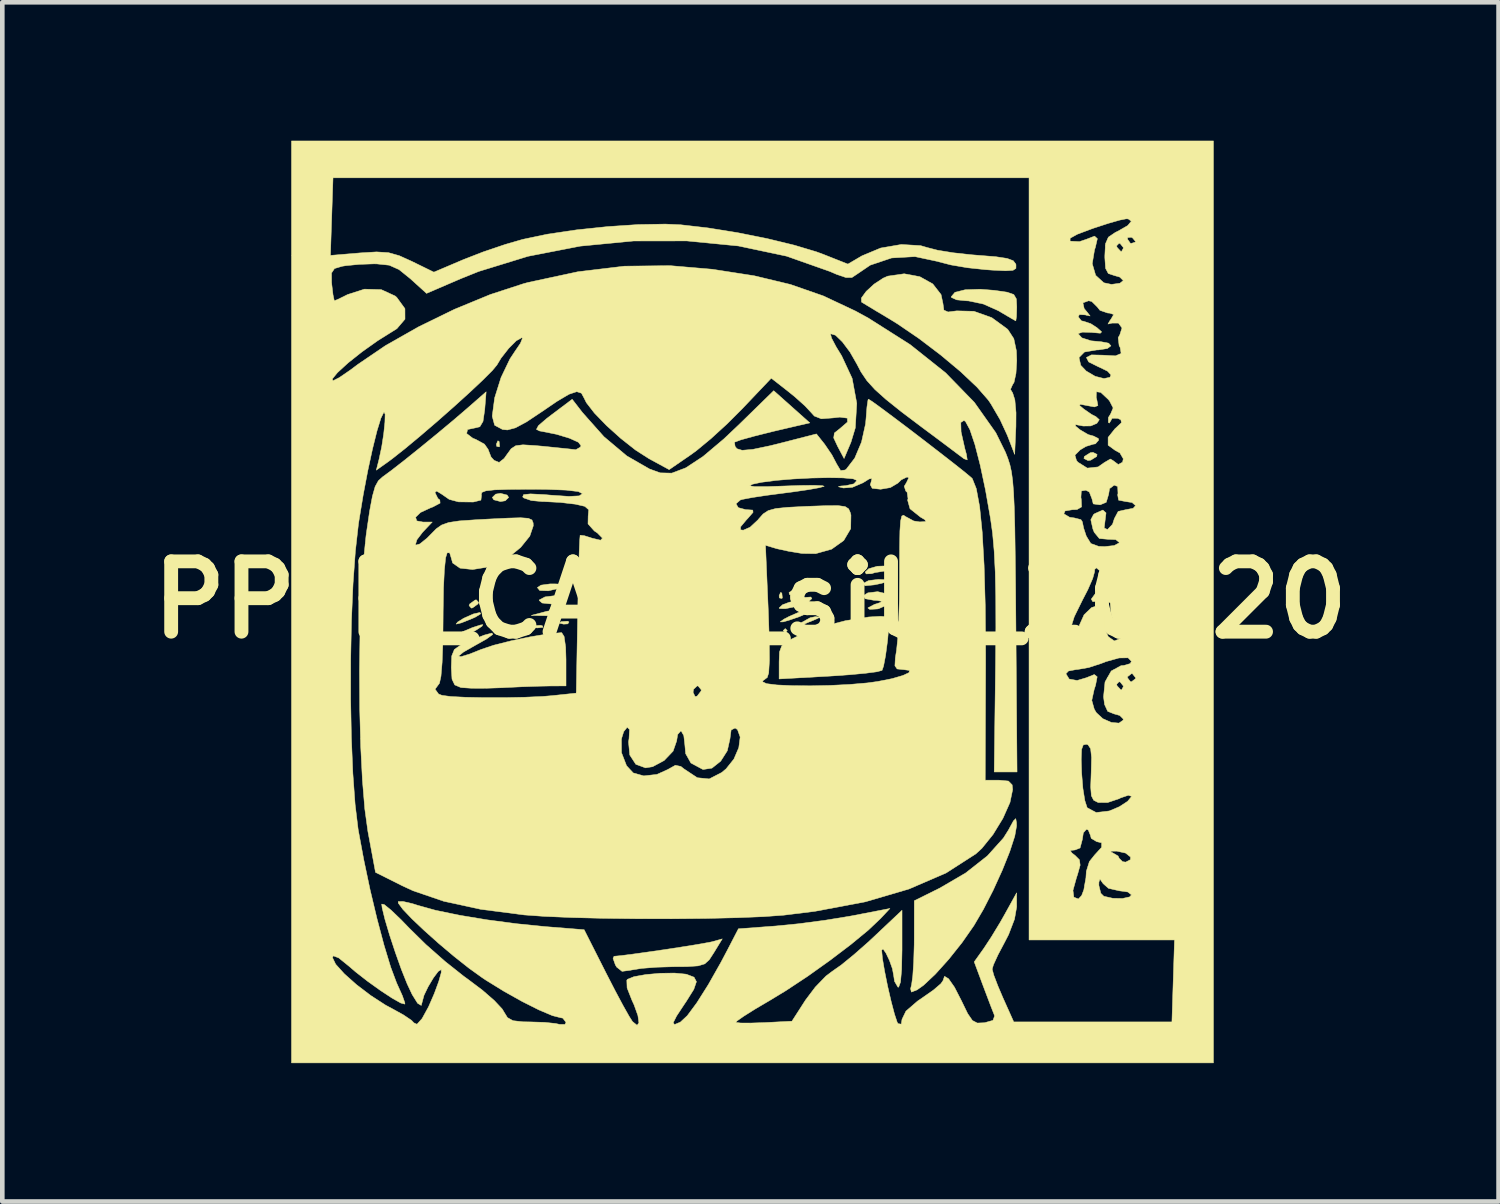
<source format=kicad_pcb>
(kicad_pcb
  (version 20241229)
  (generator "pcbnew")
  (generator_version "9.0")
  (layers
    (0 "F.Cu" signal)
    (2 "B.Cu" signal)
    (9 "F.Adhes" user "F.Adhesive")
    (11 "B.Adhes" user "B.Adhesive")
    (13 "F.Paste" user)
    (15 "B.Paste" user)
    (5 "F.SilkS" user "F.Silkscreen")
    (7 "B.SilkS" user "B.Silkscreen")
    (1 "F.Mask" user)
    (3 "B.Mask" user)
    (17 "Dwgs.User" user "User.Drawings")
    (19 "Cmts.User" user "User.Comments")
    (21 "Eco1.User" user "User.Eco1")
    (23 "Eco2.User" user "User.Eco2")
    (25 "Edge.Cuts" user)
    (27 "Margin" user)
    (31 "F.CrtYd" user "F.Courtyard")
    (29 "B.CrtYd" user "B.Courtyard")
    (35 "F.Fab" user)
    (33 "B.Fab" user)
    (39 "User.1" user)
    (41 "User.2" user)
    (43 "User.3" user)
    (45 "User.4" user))
  (footprint "PPTP_CANT_silk_20x20"
    (layer "F.Cu")
    (at 13.215 9.952)
    (property "Reference" "PPTP_CANT_silk_20x20" (at 0 0 0) (layer "F.SilkS") (effects (font (size 1.524 1.524) (thickness 0.3))))
    (attr through_hole)
    (fp_poly (pts (xy 0.799 0.666) (xy 0.755 0.71) (xy 0.71 0.666) (xy 0.755 0.622) (xy 0.799 0.666)) (stroke (width 0.01) (type solid)) (fill yes) (layer "F.SilkS"))
    (fp_poly (pts (xy -5.447 -3.434) (xy -5.436 -3.329) (xy -5.447 -3.316) (xy -5.5 -3.328) (xy -5.506 -3.375) (xy -5.474 -3.448) (xy -5.447 -3.434)) (stroke (width 0.01) (type solid)) (fill yes) (layer "F.SilkS"))
    (fp_poly (pts (xy -4.507 0.563) (xy -4.496 0.595) (xy -4.618 0.608) (xy -4.744 0.594) (xy -4.729 0.563) (xy -4.547 0.551) (xy -4.507 0.563)) (stroke (width 0.01) (type solid)) (fill yes) (layer "F.SilkS"))
    (fp_poly (pts (xy -3.932 0.479) (xy -3.958 0.52) (xy -4.048 0.526) (xy -4.143 0.504) (xy -4.102 0.472) (xy -3.963 0.462) (xy -3.932 0.479)) (stroke (width 0.01) (type solid)) (fill yes) (layer "F.SilkS"))
    (fp_poly (pts (xy 0.681 -0.148) (xy 0.692 -0.043) (xy 0.681 -0.03) (xy 0.628 -0.042) (xy 0.622 -0.089) (xy 0.654 -0.162) (xy 0.681 -0.148)) (stroke (width 0.01) (type solid)) (fill yes) (layer "F.SilkS"))
    (fp_poly (pts (xy 2.368 0.207) (xy 2.356 0.26) (xy 2.309 0.266) (xy 2.236 0.234) (xy 2.25 0.207) (xy 2.355 0.197) (xy 2.368 0.207)) (stroke (width 0.01) (type solid)) (fill yes) (layer "F.SilkS"))
    (fp_poly (pts (xy -5.892 0.055) (xy -5.906 0.089) (xy -6.024 0.174) (xy -6.05 0.178) (xy -6.098 0.123) (xy -6.084 0.089) (xy -5.966 0.003) (xy -5.94 0) (xy -5.892 0.055)) (stroke (width 0.01) (type solid)) (fill yes) (layer "F.SilkS"))
    (fp_poly (pts (xy -5.273 -2.272) (xy -5.24 -2.22) (xy -5.314 -2.148) (xy -5.417 -2.131) (xy -5.562 -2.169) (xy -5.595 -2.22) (xy -5.521 -2.292) (xy -5.417 -2.309) (xy -5.273 -2.272)) (stroke (width 0.01) (type solid)) (fill yes) (layer "F.SilkS"))
    (fp_poly (pts (xy -3.984 0.244) (xy -3.972 0.256) (xy -3.958 0.316) (xy -4.086 0.344) (xy -4.312 0.346) (xy -4.751 0.337) (xy -4.411 0.247) (xy -4.14 0.201) (xy -3.984 0.244)) (stroke (width 0.01) (type solid)) (fill yes) (layer "F.SilkS"))
    (fp_poly (pts (xy 7.514 -3.153) (xy 7.505 -3.108) (xy 7.376 -3.028) (xy 7.316 -3.02) (xy 7.229 -3.064) (xy 7.238 -3.108) (xy 7.366 -3.189) (xy 7.426 -3.197) (xy 7.514 -3.153)) (stroke (width 0.01) (type solid)) (fill yes) (layer "F.SilkS"))
    (fp_poly (pts (xy -5.845 0.302) (xy -5.965 0.375) (xy -6.027 0.403) (xy -6.267 0.499) (xy -6.378 0.525) (xy -6.348 0.482) (xy -6.217 0.4) (xy -6.008 0.306) (xy -5.862 0.273) (xy -5.845 0.302)) (stroke (width 0.01) (type solid)) (fill yes) (layer "F.SilkS"))
    (fp_poly (pts (xy -4.073 -0.063) (xy -3.997 0) (xy -4.075 0.058) (xy -4.267 0.088) (xy -4.313 0.089) (xy -4.515 0.068) (xy -4.579 0.012) (xy -4.574 0) (xy -4.454 -0.064) (xy -4.258 -0.089) (xy -4.073 -0.063)) (stroke (width 0.01) (type solid)) (fill yes) (layer "F.SilkS"))
    (fp_poly (pts (xy -4.023 -0.337) (xy -3.967 -0.316) (xy -4.057 -0.276) (xy -4.085 -0.266) (xy -4.38 -0.196) (xy -4.566 -0.203) (xy -4.618 -0.266) (xy -4.539 -0.319) (xy -4.341 -0.346) (xy -4.241 -0.346) (xy -4.023 -0.337)) (stroke (width 0.01) (type solid)) (fill yes) (layer "F.SilkS"))
    (fp_poly (pts (xy 1.383 -0.296) (xy 1.377 -0.289) (xy 1.231 -0.206) (xy 1.021 -0.138) (xy 0.847 -0.114) (xy 0.837 -0.158) (xy 0.844 -0.165) (xy 0.99 -0.248) (xy 1.199 -0.316) (xy 1.373 -0.341) (xy 1.383 -0.296)) (stroke (width 0.01) (type solid)) (fill yes) (layer "F.SilkS"))
    (fp_poly (pts (xy 1.506 0.376) (xy 1.425 0.417) (xy 1.421 0.419) (xy 1.229 0.497) (xy 1.11 0.55) (xy 0.988 0.603) (xy 1.007 0.573) (xy 1.105 0.493) (xy 1.293 0.388) (xy 1.416 0.362) (xy 1.506 0.376)) (stroke (width 0.01) (type solid)) (fill yes) (layer "F.SilkS"))
    (fp_poly (pts (xy 2.969 -0.434) (xy 2.99 -0.404) (xy 2.838 -0.357) (xy 2.682 -0.325) (xy 2.487 -0.306) (xy 2.439 -0.349) (xy 2.443 -0.357) (xy 2.562 -0.418) (xy 2.772 -0.444) (xy 2.773 -0.444) (xy 2.969 -0.434)) (stroke (width 0.01) (type solid)) (fill yes) (layer "F.SilkS"))
    (fp_poly (pts (xy 1.354 0.216) (xy 1.25 0.281) (xy 1.063 0.363) (xy 0.835 0.442) (xy 0.71 0.477) (xy 0.646 0.477) (xy 0.728 0.417) (xy 0.844 0.357) (xy 1.091 0.25) (xy 1.288 0.192) (xy 1.332 0.187) (xy 1.354 0.216)) (stroke (width 0.01) (type solid)) (fill yes) (layer "F.SilkS"))
    (fp_poly (pts (xy 1.332 -0.028) (xy 1.255 0.042) (xy 1.062 0.122) (xy 0.977 0.147) (xy 0.758 0.191) (xy 0.633 0.189) (xy 0.622 0.175) (xy 0.697 0.105) (xy 0.835 0.054) (xy 1.063 -0.01) (xy 1.191 -0.054) (xy 1.31 -0.062) (xy 1.332 -0.028)) (stroke (width 0.01) (type solid)) (fill yes) (layer "F.SilkS"))
    (fp_poly (pts (xy 3.019 -0.697) (xy 3.02 -0.695) (xy 2.948 -0.629) (xy 2.894 -0.622) (xy 2.698 -0.591) (xy 2.627 -0.568) (xy 2.509 -0.563) (xy 2.487 -0.602) (xy 2.564 -0.675) (xy 2.75 -0.729) (xy 2.753 -0.729) (xy 2.939 -0.736) (xy 3.019 -0.697)) (stroke (width 0.01) (type solid)) (fill yes) (layer "F.SilkS"))
    (fp_poly (pts (xy -5.82 0.573) (xy -5.948 0.657) (xy -6.126 0.757) (xy -6.299 0.843) (xy -6.413 0.884) (xy -6.417 0.884) (xy -6.483 0.841) (xy -6.483 0.839) (xy -6.41 0.779) (xy -6.237 0.69) (xy -6.029 0.602) (xy -5.855 0.545) (xy -5.798 0.537) (xy -5.82 0.573)) (stroke (width 0.01) (type solid)) (fill yes) (layer "F.SilkS"))
    (fp_poly (pts (xy 2.965 -0.129) (xy 3.037 -0.018) (xy 2.974 0.106) (xy 2.778 0.192) (xy 2.75 0.197) (xy 2.586 0.206) (xy 2.546 0.176) (xy 2.551 0.171) (xy 2.689 0.098) (xy 2.798 0.063) (xy 2.858 0.033) (xy 2.746 0.013) (xy 2.681 0.01) (xy 2.487 -0.025) (xy 2.446 -0.09) (xy 2.545 -0.152) (xy 2.758 -0.178) (xy 2.965 -0.129)) (stroke (width 0.01) (type solid)) (fill yes) (layer "F.SilkS"))
    (fp_poly (pts (xy 5.286 -6.709) (xy 5.564 -6.669) (xy 5.709 -6.618) (xy 5.764 -6.524) (xy 5.773 -6.353) (xy 5.773 -6.344) (xy 5.767 -6.143) (xy 5.753 -6.049) (xy 5.751 -6.048) (xy 5.668 -6.094) (xy 5.485 -6.202) (xy 5.373 -6.268) (xy 5.051 -6.412) (xy 4.728 -6.48) (xy 4.685 -6.482) (xy 4.471 -6.503) (xy 4.357 -6.555) (xy 4.352 -6.57) (xy 4.433 -6.666) (xy 4.655 -6.722) (xy 4.982 -6.733) (xy 5.286 -6.709)) (stroke (width 0.01) (type solid)) (fill yes) (layer "F.SilkS"))
    (fp_poly (pts (xy -0.793 7.648) (xy -0.891 7.799) (xy -0.989 7.889) (xy -1.134 7.933) (xy -1.373 7.949) (xy -1.665 7.951) (xy -2.031 7.962) (xy -2.356 7.987) (xy -2.575 8.022) (xy -2.59 8.026) (xy -2.782 8.052) (xy -2.899 7.959) (xy -2.927 7.912) (xy -2.977 7.771) (xy -2.956 7.725) (xy -2.797 7.71) (xy -2.511 7.673) (xy -2.147 7.622) (xy -1.752 7.564) (xy -1.372 7.505) (xy -1.057 7.453) (xy -0.853 7.415) (xy -0.816 7.406) (xy -0.61 7.348) (xy -0.793 7.648)) (stroke (width 0.01) (type solid)) (fill yes) (layer "F.SilkS"))
    (fp_poly (pts (xy 2.934 0.365) (xy 2.989 0.421) (xy 3 0.565) (xy 2.977 0.836) (xy 2.969 0.91) (xy 2.929 1.21) (xy 2.886 1.435) (xy 2.853 1.528) (xy 2.747 1.557) (xy 2.5 1.59) (xy 2.148 1.623) (xy 1.728 1.652) (xy 1.709 1.653) (xy 0.622 1.714) (xy 0.622 1.341) (xy 0.63 1.129) (xy 0.68 0.995) (xy 0.811 0.89) (xy 1.06 0.766) (xy 1.104 0.746) (xy 1.546 0.583) (xy 2.062 0.451) (xy 2.564 0.371) (xy 2.824 0.356) (xy 2.934 0.365)) (stroke (width 0.01) (type solid)) (fill yes) (layer "F.SilkS"))
    (fp_poly (pts (xy 5.767 4.826) (xy 5.769 4.899) (xy 5.73 5.121) (xy 5.621 5.456) (xy 5.459 5.86) (xy 5.263 6.291) (xy 5.05 6.708) (xy 4.844 7.06) (xy 4.588 7.427) (xy 4.298 7.791) (xy 4.008 8.113) (xy 3.753 8.353) (xy 3.612 8.453) (xy 3.489 8.501) (xy 3.472 8.428) (xy 3.494 8.336) (xy 3.519 8.154) (xy 3.539 7.849) (xy 3.55 7.476) (xy 3.551 7.324) (xy 3.552 6.521) (xy 4.108 6.245) (xy 4.666 5.919) (xy 5.137 5.548) (xy 5.484 5.162) (xy 5.594 4.987) (xy 5.701 4.79) (xy 5.751 4.741) (xy 5.767 4.826)) (stroke (width 0.01) (type solid)) (fill yes) (layer "F.SilkS"))
    (fp_poly (pts (xy -4.038 0.794) (xy -4.005 1.023) (xy -3.997 1.288) (xy -3.997 1.865) (xy -4.33 1.866) (xy -4.583 1.871) (xy -4.94 1.883) (xy -5.33 1.901) (xy -5.373 1.904) (xy -5.737 1.916) (xy -6.052 1.915) (xy -6.261 1.901) (xy -6.283 1.897) (xy -6.409 1.843) (xy -6.468 1.719) (xy -6.483 1.474) (xy -6.483 1.456) (xy -6.474 1.216) (xy -6.417 1.075) (xy -6.271 0.973) (xy -6.076 0.885) (xy -5.767 0.763) (xy -5.601 0.719) (xy -5.585 0.75) (xy -5.725 0.851) (xy -5.95 0.977) (xy -6.218 1.13) (xy -6.325 1.217) (xy -6.276 1.232) (xy -6.077 1.171) (xy -5.838 1.075) (xy -5.568 0.984) (xy -5.193 0.889) (xy -4.778 0.802) (xy -4.393 0.738) (xy -4.106 0.711) (xy -4.091 0.71) (xy -4.038 0.794)) (stroke (width 0.01) (type solid)) (fill yes) (layer "F.SilkS"))
    (fp_poly (pts (xy 3.672 -7.005) (xy 3.953 -6.848) (xy 4.132 -6.618) (xy 4.174 -6.419) (xy 4.193 -6.28) (xy 4.284 -6.24) (xy 4.471 -6.264) (xy 4.844 -6.255) (xy 5.231 -6.117) (xy 5.563 -5.875) (xy 5.583 -5.855) (xy 5.709 -5.661) (xy 5.765 -5.397) (xy 5.773 -5.184) (xy 5.756 -4.91) (xy 5.714 -4.715) (xy 5.68 -4.66) (xy 5.637 -4.562) (xy 5.684 -4.485) (xy 5.732 -4.334) (xy 5.757 -4.057) (xy 5.755 -3.76) (xy 5.728 -3.153) (xy 5.568 -3.568) (xy 5.411 -3.907) (xy 5.214 -4.245) (xy 5.155 -4.332) (xy 4.912 -4.61) (xy 4.555 -4.947) (xy 4.122 -5.309) (xy 3.653 -5.665) (xy 3.187 -5.983) (xy 3.02 -6.086) (xy 2.739 -6.254) (xy 2.524 -6.384) (xy 2.414 -6.451) (xy 2.408 -6.455) (xy 2.405 -6.543) (xy 2.51 -6.687) (xy 2.681 -6.844) (xy 2.877 -6.973) (xy 2.977 -7.017) (xy 3.333 -7.068) (xy 3.672 -7.005)) (stroke (width 0.01) (type solid)) (fill yes) (layer "F.SilkS"))
    (fp_poly (pts (xy 1.288 -3.836) (xy 1.021 -3.775) (xy 0.499 -3.653) (xy 0.084 -3.549) (xy -0.202 -3.47) (xy -0.338 -3.42) (xy -0.345 -3.415) (xy -0.332 -3.326) (xy -0.292 -3.276) (xy -0.179 -3.242) (xy 0.051 -3.262) (xy 0.419 -3.339) (xy 0.618 -3.388) (xy 1.431 -3.597) (xy 1.608 -3.375) (xy 1.766 -3.143) (xy 1.871 -2.943) (xy 1.955 -2.803) (xy 2.052 -2.815) (xy 2.08 -2.836) (xy 2.261 -3.072) (xy 2.408 -3.42) (xy 2.496 -3.817) (xy 2.507 -3.939) (xy 2.526 -4.182) (xy 2.548 -4.33) (xy 2.558 -4.351) (xy 2.637 -4.301) (xy 2.828 -4.163) (xy 3.099 -3.961) (xy 3.423 -3.717) (xy 3.768 -3.453) (xy 4.106 -3.192) (xy 4.408 -2.957) (xy 4.644 -2.77) (xy 4.784 -2.653) (xy 4.809 -2.629) (xy 4.896 -2.411) (xy 4.968 -2.022) (xy 5.024 -1.467) (xy 5.065 -0.751) (xy 5.09 0.12) (xy 5.098 1.142) (xy 5.098 1.399) (xy 5.089 3.908) (xy 5.386 3.908) (xy 5.592 3.927) (xy 5.673 4.009) (xy 5.684 4.112) (xy 5.626 4.391) (xy 5.473 4.735) (xy 5.259 5.085) (xy 5.017 5.385) (xy 4.887 5.504) (xy 4.242 5.919) (xy 3.439 6.266) (xy 2.489 6.545) (xy 1.401 6.75) (xy 0.723 6.834) (xy 0.286 6.866) (xy -0.29 6.889) (xy -0.965 6.905) (xy -1.7 6.912) (xy -2.457 6.911) (xy -3.197 6.902) (xy -3.88 6.885) (xy -4.467 6.86) (xy -4.901 6.829) (xy -5.849 6.706) (xy -6.645 6.533) (xy -7.309 6.306) (xy -7.549 6.195) (xy -8.126 5.906) (xy -8.291 5.018) (xy -8.358 4.532) (xy -8.41 3.905) (xy -8.447 3.174) (xy -8.451 3.014) (xy -2.796 3.014) (xy -2.794 3.312) (xy -2.685 3.594) (xy -2.54 3.751) (xy -2.311 3.815) (xy -2.026 3.783) (xy -1.791 3.677) (xy -1.627 3.585) (xy -1.508 3.61) (xy -1.438 3.665) (xy -1.151 3.855) (xy -0.893 3.881) (xy -0.623 3.742) (xy -0.527 3.662) (xy -0.358 3.45) (xy -0.252 3.203) (xy -0.222 2.973) (xy -0.28 2.812) (xy -0.333 2.777) (xy -0.418 2.821) (xy -0.444 3.016) (xy -0.501 3.271) (xy -0.645 3.497) (xy -0.834 3.647) (xy -1.024 3.676) (xy -1.039 3.671) (xy -1.29 3.536) (xy -1.404 3.333) (xy -1.421 3.142) (xy -1.444 2.941) (xy -1.5 2.844) (xy -1.51 2.842) (xy -1.577 2.918) (xy -1.599 3.058) (xy -1.676 3.279) (xy -1.87 3.482) (xy -2.12 3.616) (xy -2.274 3.641) (xy -2.484 3.564) (xy -2.615 3.362) (xy -2.642 3.079) (xy -2.631 3.009) (xy -2.62 2.811) (xy -2.67 2.76) (xy -2.746 2.855) (xy -2.796 3.014) (xy -8.451 3.014) (xy -8.468 2.374) (xy -8.473 1.542) (xy -8.462 0.714) (xy -8.435 -0.073) (xy -8.392 -0.785) (xy -8.351 -1.195) (xy -7.261 -1.195) (xy -7.256 -1.187) (xy -7.168 -1.211) (xy -7.011 -1.336) (xy -6.933 -1.415) (xy -6.81 -1.54) (xy -6.692 -1.623) (xy -6.54 -1.677) (xy -6.314 -1.711) (xy -5.974 -1.735) (xy -5.687 -1.751) (xy -5.26 -1.772) (xy -4.979 -1.78) (xy -4.815 -1.768) (xy -4.735 -1.732) (xy -4.709 -1.668) (xy -4.707 -1.603) (xy -4.782 -1.382) (xy -4.979 -1.138) (xy -5.252 -0.914) (xy -5.557 -0.751) (xy -5.664 -0.716) (xy -6.021 -0.658) (xy -6.295 -0.688) (xy -6.455 -0.8) (xy -6.483 -0.903) (xy -6.519 -1.02) (xy -6.572 -1.021) (xy -6.606 -0.913) (xy -6.633 -0.651) (xy -6.652 -0.257) (xy -6.66 0.246) (xy -6.661 0.4) (xy -6.666 0.928) (xy -6.682 1.354) (xy -6.707 1.655) (xy -6.74 1.808) (xy -6.75 1.821) (xy -6.835 1.936) (xy -6.759 2.041) (xy -6.683 2.07) (xy -6.493 2.095) (xy -6.172 2.111) (xy -5.766 2.119) (xy -5.322 2.119) (xy -4.885 2.11) (xy -4.503 2.093) (xy -4.298 2.076) (xy -3.774 2.021) (xy -3.774 2.003) (xy -1.243 2.003) (xy -1.2 2.095) (xy -1.155 2.087) (xy -1.069 1.974) (xy -1.066 1.949) (xy -1.133 1.867) (xy -1.155 1.865) (xy -1.232 1.937) (xy -1.243 2.003) (xy -3.774 2.003) (xy -3.744 0.322) (xy -3.734 -0.207) (xy -3.722 -0.672) (xy -3.711 -1.044) (xy -3.7 -1.296) (xy -3.691 -1.4) (xy -3.69 -1.401) (xy -3.6 -1.391) (xy -3.432 -1.337) (xy -3.247 -1.293) (xy -3.207 -1.339) (xy -3.318 -1.451) (xy -3.383 -1.494) (xy -3.52 -1.647) (xy -3.517 -1.815) (xy -3.505 -1.953) (xy -3.589 -2.027) (xy -3.798 -2.075) (xy -3.872 -2.083) (xy -0.312 -2.083) (xy -0.263 -1.999) (xy -0.099 -1.955) (xy -0.068 -1.954) (xy 0.051 -1.946) (xy 0.057 -1.897) (xy -0.056 -1.767) (xy -0.089 -1.732) (xy -0.214 -1.582) (xy -0.213 -1.518) (xy -0.155 -1.51) (xy -0.007 -1.575) (xy 0.163 -1.733) (xy 0.177 -1.751) (xy 0.275 -1.862) (xy 0.386 -1.935) (xy 0.549 -1.98) (xy 0.805 -2.006) (xy 1.194 -2.026) (xy 1.245 -2.028) (xy 1.645 -2.042) (xy 1.903 -2.043) (xy 2.053 -2.022) (xy 2.129 -1.973) (xy 2.166 -1.889) (xy 2.179 -1.839) (xy 2.174 -1.543) (xy 2.023 -1.287) (xy 1.76 -1.099) (xy 1.415 -1.002) (xy 1.118 -1.006) (xy 0.827 -1.054) (xy 0.575 -1.109) (xy 0.541 -1.119) (xy 0.327 -1.183) (xy 0.388 0.252) (xy 0.409 0.87) (xy 0.412 1.313) (xy 0.396 1.585) (xy 0.363 1.686) (xy 0.358 1.687) (xy 0.27 1.753) (xy 0.266 1.776) (xy 0.349 1.816) (xy 0.572 1.844) (xy 0.901 1.859) (xy 1.297 1.863) (xy 1.725 1.854) (xy 2.15 1.833) (xy 2.534 1.8) (xy 2.753 1.77) (xy 3.068 1.708) (xy 3.304 1.639) (xy 3.439 1.576) (xy 3.448 1.529) (xy 3.308 1.51) (xy 3.298 1.51) (xy 3.18 1.497) (xy 3.132 1.429) (xy 3.141 1.259) (xy 3.168 1.088) (xy 3.193 0.844) (xy 3.213 0.469) (xy 3.228 0.008) (xy 3.233 -0.492) (xy 3.233 -0.634) (xy 3.234 -1.141) (xy 3.24 -1.492) (xy 3.255 -1.71) (xy 3.281 -1.817) (xy 3.32 -1.836) (xy 3.353 -1.811) (xy 3.54 -1.71) (xy 3.67 -1.69) (xy 3.805 -1.698) (xy 3.778 -1.74) (xy 3.686 -1.794) (xy 3.459 -1.975) (xy 3.407 -2.161) (xy 3.416 -2.195) (xy 3.397 -2.331) (xy 3.367 -2.359) (xy 3.334 -2.462) (xy 3.381 -2.539) (xy 3.431 -2.643) (xy 3.397 -2.664) (xy 3.271 -2.603) (xy 3.197 -2.531) (xy 3.033 -2.434) (xy 2.822 -2.398) (xy 2.64 -2.418) (xy 2.598 -2.495) (xy 2.612 -2.542) (xy 2.635 -2.632) (xy 2.573 -2.621) (xy 2.439 -2.537) (xy 2.211 -2.44) (xy 2.015 -2.425) (xy 1.906 -2.452) (xy 1.961 -2.468) (xy 2.065 -2.475) (xy 2.242 -2.515) (xy 2.309 -2.588) (xy 2.227 -2.624) (xy 2.008 -2.644) (xy 1.691 -2.649) (xy 1.316 -2.641) (xy 0.922 -2.62) (xy 0.549 -2.589) (xy 0.236 -2.548) (xy 0.044 -2.507) (xy -0.016 -2.472) (xy 0.091 -2.455) (xy 0.369 -2.455) (xy 0.71 -2.467) (xy 1.087 -2.48) (xy 1.382 -2.483) (xy 1.562 -2.475) (xy 1.599 -2.462) (xy 1.496 -2.432) (xy 1.259 -2.389) (xy 0.929 -2.341) (xy 0.736 -2.316) (xy 0.361 -2.267) (xy 0.043 -2.219) (xy -0.169 -2.179) (xy -0.218 -2.165) (xy -0.312 -2.083) (xy -3.872 -2.083) (xy -4.118 -2.112) (xy -4.463 -2.13) (xy -4.502 -2.13) (xy -4.748 -2.153) (xy -4.912 -2.209) (xy -4.936 -2.232) (xy -4.917 -2.281) (xy -4.768 -2.297) (xy -4.468 -2.282) (xy -4.32 -2.269) (xy -3.934 -2.243) (xy -3.711 -2.254) (xy -3.641 -2.302) (xy -3.73 -2.348) (xy -3.995 -2.379) (xy -4.437 -2.396) (xy -4.761 -2.398) (xy -5.228 -2.395) (xy -5.543 -2.385) (xy -5.732 -2.364) (xy -5.82 -2.33) (xy -5.834 -2.278) (xy -5.829 -2.265) (xy -5.841 -2.162) (xy -6 -2.122) (xy -6.02 -2.121) (xy -6.326 -2.124) (xy -6.528 -2.178) (xy -6.683 -2.286) (xy -6.801 -2.359) (xy -6.838 -2.328) (xy -6.773 -2.197) (xy -6.732 -2.165) (xy -6.726 -2.097) (xy -6.883 -2.014) (xy -6.927 -1.998) (xy -7.15 -1.895) (xy -7.257 -1.791) (xy -7.232 -1.712) (xy -7.097 -1.687) (xy -6.896 -1.687) (xy -7.105 -1.466) (xy -7.229 -1.303) (xy -7.261 -1.195) (xy -8.351 -1.195) (xy -8.332 -1.383) (xy -8.321 -1.465) (xy -8.253 -1.928) (xy -8.193 -2.247) (xy -8.134 -2.455) (xy -8.064 -2.582) (xy -7.975 -2.663) (xy -7.974 -2.664) (xy -7.789 -2.8) (xy -7.505 -3.021) (xy -7.161 -3.297) (xy -6.793 -3.598) (xy -6.439 -3.893) (xy -6.136 -4.153) (xy -6.128 -4.16) (xy -5.728 -4.51) (xy -5.759 -4.12) (xy -5.796 -3.868) (xy -5.865 -3.752) (xy -5.954 -3.73) (xy -6.13 -3.693) (xy -6.151 -3.606) (xy -6.018 -3.504) (xy -5.95 -3.477) (xy -5.765 -3.376) (xy -5.684 -3.261) (xy -5.684 -3.257) (xy -5.621 -3.096) (xy -5.557 -3.025) (xy -5.447 -2.979) (xy -5.338 -3.065) (xy -5.275 -3.154) (xy -5.186 -3.276) (xy -5.087 -3.341) (xy -4.931 -3.361) (xy -4.67 -3.345) (xy -4.492 -3.329) (xy -4.17 -3.296) (xy -3.918 -3.27) (xy -3.788 -3.255) (xy -3.786 -3.254) (xy -3.687 -3.31) (xy -3.671 -3.34) (xy -3.728 -3.416) (xy -3.919 -3.503) (xy -4.203 -3.589) (xy -4.539 -3.656) (xy -4.57 -3.661) (xy -4.638 -3.695) (xy -4.595 -3.776) (xy -4.424 -3.924) (xy -4.303 -4.017) (xy -3.863 -4.348) (xy -3.641 -4.061) (xy -3.175 -3.537) (xy -2.679 -3.12) (xy -2.185 -2.836) (xy -1.954 -2.753) (xy -1.704 -2.747) (xy -1.399 -2.863) (xy -1.027 -3.108) (xy -0.575 -3.489) (xy -0.258 -3.789) (xy 0.505 -4.534) (xy 1.288 -3.836)) (stroke (width 0.01) (type solid)) (fill yes) (layer "F.SilkS"))
    (fp_poly (pts (xy 10.036 10.036) (xy -9.947 10.036) (xy -9.947 -7.466) (xy -9.103 -7.466) (xy -8.464 -7.52) (xy -8.104 -7.542) (xy -7.845 -7.526) (xy -7.611 -7.46) (xy -7.343 -7.339) (xy -6.861 -7.103) (xy -6.219 -7.376) (xy -5.792 -7.542) (xy -5.314 -7.704) (xy -4.934 -7.814) (xy -4.401 -7.926) (xy -3.768 -8.02) (xy -3.091 -8.091) (xy -2.43 -8.135) (xy -1.843 -8.145) (xy -1.51 -8.13) (xy -0.92 -8.062) (xy -0.279 -7.959) (xy 0.361 -7.831) (xy 0.947 -7.689) (xy 1.428 -7.545) (xy 1.567 -7.494) (xy 2.113 -7.278) (xy 2.418 -7.457) (xy 2.823 -7.626) (xy 3.271 -7.703) (xy 3.689 -7.678) (xy 3.834 -7.636) (xy 4.059 -7.578) (xy 4.399 -7.523) (xy 4.793 -7.48) (xy 4.928 -7.469) (xy 5.318 -7.438) (xy 5.563 -7.401) (xy 5.697 -7.351) (xy 5.752 -7.279) (xy 5.756 -7.261) (xy 5.755 -7.184) (xy 5.691 -7.143) (xy 5.531 -7.133) (xy 5.241 -7.147) (xy 5.091 -7.158) (xy 4.704 -7.199) (xy 4.341 -7.261) (xy 4.075 -7.33) (xy 4.061 -7.335) (xy 3.568 -7.44) (xy 3.061 -7.411) (xy 2.597 -7.255) (xy 2.304 -7.056) (xy 2.2 -6.987) (xy 2.072 -6.986) (xy 1.867 -7.056) (xy 1.724 -7.118) (xy 0.783 -7.45) (xy -0.261 -7.671) (xy -1.377 -7.78) (xy -2.53 -7.779) (xy -3.689 -7.667) (xy -4.82 -7.447) (xy -5.89 -7.118) (xy -6.278 -6.962) (xy -7.02 -6.643) (xy -7.373 -6.963) (xy -7.616 -7.159) (xy -7.829 -7.254) (xy -8.097 -7.282) (xy -8.16 -7.283) (xy -8.479 -7.272) (xy -8.768 -7.244) (xy -8.849 -7.231) (xy -9.014 -7.182) (xy -9.079 -7.085) (xy -9.078 -6.883) (xy -9.073 -6.831) (xy -9.047 -6.612) (xy -9.021 -6.491) (xy -9.015 -6.483) (xy -8.928 -6.52) (xy -8.75 -6.608) (xy -8.736 -6.616) (xy -8.366 -6.735) (xy -8.002 -6.725) (xy -7.701 -6.587) (xy -7.666 -6.557) (xy -7.488 -6.312) (xy -7.487 -6.084) (xy -7.662 -5.879) (xy -7.749 -5.824) (xy -8.078 -5.618) (xy -8.416 -5.378) (xy -8.721 -5.136) (xy -8.952 -4.924) (xy -9.063 -4.788) (xy -9.048 -4.749) (xy -8.912 -4.817) (xy -8.67 -4.983) (xy -8.51 -5.103) (xy -7.91 -5.511) (xy -7.193 -5.918) (xy -6.417 -6.297) (xy -5.639 -6.618) (xy -4.919 -6.853) (xy -4.823 -6.879) (xy -3.739 -7.112) (xy -2.731 -7.233) (xy -1.741 -7.244) (xy -0.827 -7.166) (xy 0.081 -7.025) (xy 0.866 -6.837) (xy 1.581 -6.588) (xy 2.278 -6.26) (xy 2.556 -6.108) (xy 3.461 -5.534) (xy 4.231 -4.921) (xy 4.854 -4.281) (xy 5.319 -3.623) (xy 5.529 -3.197) (xy 5.581 -3.063) (xy 5.624 -2.929) (xy 5.658 -2.775) (xy 5.684 -2.582) (xy 5.704 -2.33) (xy 5.719 -2) (xy 5.731 -1.571) (xy 5.739 -1.023) (xy 5.747 -0.338) (xy 5.754 0.505) (xy 5.754 0.511) (xy 5.779 3.73) (xy 5.532 3.73) (xy 5.284 3.73) (xy 5.313 1.413) (xy 5.32 0.598) (xy 5.318 -0.068) (xy 5.306 -0.611) (xy 5.283 -1.059) (xy 5.249 -1.441) (xy 5.204 -1.762) (xy 5.095 -2.382) (xy 4.98 -2.924) (xy 4.866 -3.367) (xy 4.758 -3.688) (xy 4.663 -3.864) (xy 4.629 -3.889) (xy 4.56 -3.845) (xy 4.566 -3.641) (xy 4.648 -3.277) (xy 4.682 -3.153) (xy 4.7 -3.034) (xy 4.629 -3.059) (xy 4.609 -3.074) (xy 4.488 -3.165) (xy 4.262 -3.335) (xy 3.964 -3.558) (xy 3.73 -3.732) (xy 3.274 -4.076) (xy 2.938 -4.345) (xy 2.697 -4.561) (xy 2.525 -4.751) (xy 2.397 -4.94) (xy 2.307 -5.112) (xy 2.158 -5.372) (xy 1.992 -5.593) (xy 1.843 -5.737) (xy 1.742 -5.767) (xy 1.736 -5.762) (xy 1.759 -5.673) (xy 1.859 -5.483) (xy 1.977 -5.291) (xy 2.205 -4.801) (xy 2.305 -4.26) (xy 2.273 -3.727) (xy 2.179 -3.416) (xy 2.03 -3.064) (xy 1.891 -3.326) (xy 1.805 -3.511) (xy 1.82 -3.617) (xy 1.942 -3.714) (xy 2.104 -3.854) (xy 2.101 -3.939) (xy 1.938 -3.961) (xy 1.788 -3.944) (xy 1.537 -3.925) (xy 1.386 -3.984) (xy 1.322 -4.055) (xy 1.181 -4.206) (xy 0.96 -4.404) (xy 0.825 -4.513) (xy 0.452 -4.805) (xy -0.177 -4.143) (xy -0.505 -3.815) (xy -0.854 -3.496) (xy -1.167 -3.237) (xy -1.283 -3.152) (xy -1.761 -2.823) (xy -2.204 -3.064) (xy -2.492 -3.249) (xy -2.81 -3.5) (xy -3.119 -3.778) (xy -3.381 -4.049) (xy -3.556 -4.275) (xy -3.601 -4.366) (xy -3.662 -4.48) (xy -3.764 -4.513) (xy -3.932 -4.457) (xy -4.191 -4.304) (xy -4.515 -4.083) (xy -4.854 -3.857) (xy -5.093 -3.729) (xy -5.266 -3.683) (xy -5.372 -3.693) (xy -5.544 -3.785) (xy -5.595 -3.976) (xy -5.595 -3.992) (xy -5.543 -4.381) (xy -5.405 -4.82) (xy -5.213 -5.221) (xy -5.11 -5.377) (xy -4.985 -5.561) (xy -4.941 -5.67) (xy -4.953 -5.684) (xy -5.074 -5.617) (xy -5.24 -5.451) (xy -5.406 -5.238) (xy -5.495 -5.09) (xy -5.593 -4.972) (xy -5.799 -4.766) (xy -6.086 -4.496) (xy -6.427 -4.187) (xy -6.793 -3.864) (xy -7.157 -3.552) (xy -7.49 -3.275) (xy -7.765 -3.058) (xy -7.851 -2.994) (xy -8.109 -2.811) (xy -8.049 -3.048) (xy -7.992 -3.317) (xy -7.948 -3.601) (xy -7.922 -3.853) (xy -7.918 -4.025) (xy -7.942 -4.072) (xy -7.943 -4.071) (xy -8.009 -3.938) (xy -8.094 -3.662) (xy -8.191 -3.272) (xy -8.293 -2.801) (xy -8.392 -2.28) (xy -8.481 -1.74) (xy -8.496 -1.643) (xy -8.562 -1.059) (xy -8.613 -0.351) (xy -8.647 0.446) (xy -8.664 1.292) (xy -8.665 2.152) (xy -8.649 2.987) (xy -8.617 3.759) (xy -8.568 4.433) (xy -8.503 4.969) (xy -8.498 4.999) (xy -8.38 5.635) (xy -8.243 6.285) (xy -8.093 6.913) (xy -7.942 7.482) (xy -7.798 7.957) (xy -7.67 8.299) (xy -7.647 8.35) (xy -7.544 8.579) (xy -7.491 8.731) (xy -7.489 8.762) (xy -7.579 8.738) (xy -7.77 8.63) (xy -8.022 8.464) (xy -8.298 8.266) (xy -8.558 8.063) (xy -8.695 7.945) (xy -8.922 7.761) (xy -9.04 7.715) (xy -9.059 7.753) (xy -8.989 7.898) (xy -8.803 8.104) (xy -8.537 8.341) (xy -8.227 8.577) (xy -7.909 8.783) (xy -7.771 8.857) (xy -7.521 8.995) (xy -7.346 9.113) (xy -7.294 9.168) (xy -7.227 9.198) (xy -7.117 9.076) (xy -6.976 8.819) (xy -6.852 8.534) (xy -6.755 8.27) (xy -6.701 8.079) (xy -6.7 8.013) (xy -6.765 8.051) (xy -6.872 8.194) (xy -6.986 8.386) (xy -7.075 8.571) (xy -7.105 8.681) (xy -7.134 8.791) (xy -7.213 8.744) (xy -7.332 8.553) (xy -7.44 8.323) (xy -7.566 8.008) (xy -7.698 7.637) (xy -7.822 7.26) (xy -7.922 6.923) (xy -7.982 6.676) (xy -7.992 6.593) (xy -7.937 6.604) (xy -7.788 6.725) (xy -7.57 6.934) (xy -7.394 7.116) (xy -7.034 7.47) (xy -6.614 7.84) (xy -6.212 8.159) (xy -6.122 8.224) (xy -5.81 8.459) (xy -5.55 8.685) (xy -5.381 8.866) (xy -5.347 8.922) (xy -5.266 9.054) (xy -5.146 9.121) (xy -4.932 9.145) (xy -4.761 9.148) (xy -4.462 9.157) (xy -4.223 9.182) (xy -4.137 9.201) (xy -4.019 9.201) (xy -3.997 9.157) (xy -4.067 9.065) (xy -4.108 9.058) (xy -4.292 9.011) (xy -4.585 8.887) (xy -4.949 8.704) (xy -5.345 8.482) (xy -5.734 8.242) (xy -5.816 8.187) (xy -6.104 7.98) (xy -6.426 7.725) (xy -6.758 7.445) (xy -7.07 7.166) (xy -7.338 6.912) (xy -7.534 6.706) (xy -7.632 6.573) (xy -7.634 6.539) (xy -7.529 6.537) (xy -7.32 6.586) (xy -7.21 6.621) (xy -6.826 6.728) (xy -6.31 6.835) (xy -5.707 6.935) (xy -5.062 7.02) (xy -4.444 7.082) (xy -3.604 7.149) (xy -3.132 8.082) (xy -2.937 8.461) (xy -2.762 8.789) (xy -2.627 9.029) (xy -2.556 9.14) (xy -2.456 9.221) (xy -2.417 9.166) (xy -2.439 9.008) (xy -2.522 8.777) (xy -2.566 8.682) (xy -2.673 8.41) (xy -2.679 8.245) (xy -2.666 8.225) (xy -2.524 8.167) (xy -2.266 8.121) (xy -1.952 8.093) (xy -1.644 8.089) (xy -1.402 8.112) (xy -1.381 8.117) (xy -1.222 8.178) (xy -1.17 8.275) (xy -1.227 8.442) (xy -1.394 8.709) (xy -1.421 8.748) (xy -1.6 9.019) (xy -1.673 9.165) (xy -1.645 9.205) (xy -1.519 9.152) (xy -1.517 9.151) (xy -1.368 9.012) (xy -1.162 8.734) (xy -0.913 8.34) (xy -0.637 7.852) (xy -0.495 7.583) (xy -0.26 7.129) (xy 0.558 7.068) (xy 1.053 7.019) (xy 1.613 6.945) (xy 2.128 6.861) (xy 2.201 6.848) (xy 3.024 6.689) (xy 2.822 6.905) (xy 2.554 7.159) (xy 2.174 7.472) (xy 1.722 7.815) (xy 1.241 8.158) (xy 0.769 8.47) (xy 0.423 8.68) (xy 0.102 8.869) (xy -0.146 9.025) (xy -0.292 9.128) (xy -0.316 9.158) (xy -0.217 9.171) (xy 0.01 9.172) (xy 0.309 9.162) (xy 0.9 9.132) (xy 1.195 8.673) (xy 1.406 8.393) (xy 1.636 8.155) (xy 1.776 8.049) (xy 1.97 7.913) (xy 2.242 7.691) (xy 2.547 7.423) (xy 2.674 7.305) (xy 3.286 6.728) (xy 3.286 7.588) (xy 3.277 8.013) (xy 3.253 8.285) (xy 3.213 8.394) (xy 3.197 8.393) (xy 3.124 8.269) (xy 3.105 8.143) (xy 3.078 7.996) (xy 3.015 7.818) (xy 2.939 7.658) (xy 2.875 7.566) (xy 2.845 7.592) (xy 2.845 7.593) (xy 2.861 7.769) (xy 2.908 8.046) (xy 2.974 8.374) (xy 3.05 8.702) (xy 3.123 8.979) (xy 3.181 9.154) (xy 3.2 9.185) (xy 3.269 9.196) (xy 3.286 9.091) (xy 3.371 8.914) (xy 3.623 8.696) (xy 3.73 8.623) (xy 3.967 8.457) (xy 4.128 8.319) (xy 4.174 8.253) (xy 4.207 8.159) (xy 4.295 8.212) (xy 4.423 8.395) (xy 4.573 8.687) (xy 4.709 8.967) (xy 4.812 9.117) (xy 4.918 9.172) (xy 5.064 9.166) (xy 5.076 9.165) (xy 5.257 9.114) (xy 5.292 9.02) (xy 5.28 8.981) (xy 5.217 8.822) (xy 5.118 8.561) (xy 5.035 8.341) (xy 4.851 7.846) (xy 5.059 7.554) (xy 5.223 7.304) (xy 5.415 6.988) (xy 5.518 6.806) (xy 5.77 6.35) (xy 5.771 6.654) (xy 5.724 6.921) (xy 5.596 7.255) (xy 5.506 7.429) (xy 5.365 7.696) (xy 5.268 7.908) (xy 5.24 8.003) (xy 5.274 8.132) (xy 5.364 8.368) (xy 5.474 8.626) (xy 5.708 9.148) (xy 9.136 9.148) (xy 9.164 8.259) (xy 9.192 7.371) (xy 7.616 7.371) (xy 6.039 7.371) (xy 6.039 5.432) (xy 6.932 5.432) (xy 6.969 5.487) (xy 7.039 5.541) (xy 7.131 5.633) (xy 7.147 5.75) (xy 7.09 5.954) (xy 7.068 6.019) (xy 6.991 6.297) (xy 7.01 6.444) (xy 7.109 6.483) (xy 7.179 6.409) (xy 7.227 6.283) (xy 7.243 6.187) (xy 7.552 6.187) (xy 7.595 6.36) (xy 7.66 6.424) (xy 7.854 6.468) (xy 8.064 6.472) (xy 8.22 6.438) (xy 8.259 6.394) (xy 8.182 6.332) (xy 7.997 6.306) (xy 7.76 6.252) (xy 7.645 6.15) (xy 7.576 6.052) (xy 7.554 6.115) (xy 7.552 6.187) (xy 7.243 6.187) (xy 7.272 6.026) (xy 7.281 5.883) (xy 7.347 5.672) (xy 7.46 5.53) (xy 7.536 5.447) (xy 7.808 5.447) (xy 7.824 5.471) (xy 7.838 5.475) (xy 7.969 5.551) (xy 7.993 5.602) (xy 8.066 5.674) (xy 8.134 5.684) (xy 8.237 5.63) (xy 8.238 5.573) (xy 8.132 5.488) (xy 7.942 5.446) (xy 7.808 5.447) (xy 7.536 5.447) (xy 7.612 5.364) (xy 7.612 5.265) (xy 7.505 5.24) (xy 7.387 5.169) (xy 7.371 5.107) (xy 7.323 4.988) (xy 7.283 4.973) (xy 7.216 5.049) (xy 7.194 5.195) (xy 7.145 5.377) (xy 7.038 5.42) (xy 6.932 5.432) (xy 6.039 5.432) (xy 6.039 3.458) (xy 7.17 3.458) (xy 7.179 3.75) (xy 7.206 4.083) (xy 7.249 4.352) (xy 7.298 4.502) (xy 7.301 4.507) (xy 7.495 4.609) (xy 7.779 4.575) (xy 7.997 4.483) (xy 8.176 4.366) (xy 8.259 4.265) (xy 8.259 4.258) (xy 8.192 4.235) (xy 8.026 4.291) (xy 7.989 4.31) (xy 7.745 4.392) (xy 7.538 4.393) (xy 7.537 4.392) (xy 7.44 4.343) (xy 7.39 4.245) (xy 7.375 4.055) (xy 7.386 3.745) (xy 7.394 3.416) (xy 7.374 3.227) (xy 7.318 3.142) (xy 7.283 3.129) (xy 7.214 3.144) (xy 7.178 3.242) (xy 7.17 3.458) (xy 6.039 3.458) (xy 6.039 1.601) (xy 6.838 1.601) (xy 6.909 1.716) (xy 7.081 1.747) (xy 7.283 1.687) (xy 7.454 1.618) (xy 7.516 1.667) (xy 7.481 1.85) (xy 7.451 1.941) (xy 7.399 2.178) (xy 7.453 2.37) (xy 7.497 2.444) (xy 7.638 2.575) (xy 7.822 2.656) (xy 7.988 2.671) (xy 8.078 2.608) (xy 8.082 2.582) (xy 8.006 2.506) (xy 7.882 2.471) (xy 7.744 2.416) (xy 7.676 2.268) (xy 7.654 2.101) (xy 7.681 1.831) (xy 7.935 1.831) (xy 7.949 1.865) (xy 8.028 1.95) (xy 8.043 1.954) (xy 8.081 1.885) (xy 8.082 1.865) (xy 8.014 1.78) (xy 7.988 1.776) (xy 7.935 1.831) (xy 7.681 1.831) (xy 7.686 1.779) (xy 7.738 1.687) (xy 8.171 1.687) (xy 8.238 1.774) (xy 8.259 1.776) (xy 8.346 1.709) (xy 8.348 1.687) (xy 8.281 1.601) (xy 8.259 1.599) (xy 8.173 1.666) (xy 8.171 1.687) (xy 7.738 1.687) (xy 7.821 1.541) (xy 8.034 1.426) (xy 8.096 1.421) (xy 8.232 1.381) (xy 8.259 1.332) (xy 8.186 1.256) (xy 7.99 1.259) (xy 7.703 1.339) (xy 7.607 1.377) (xy 7.335 1.466) (xy 7.088 1.509) (xy 7.063 1.51) (xy 6.895 1.541) (xy 6.838 1.601) (xy 6.039 1.601) (xy 6.039 0.626) (xy 6.937 0.626) (xy 6.949 0.773) (xy 7.005 0.799) (xy 7.075 0.723) (xy 7.135 0.538) (xy 7.135 0.538) (xy 7.232 0.323) (xy 7.394 0.167) (xy 7.568 0.112) (xy 7.64 0.135) (xy 7.687 0.251) (xy 7.673 0.406) (xy 7.675 0.614) (xy 7.757 0.799) (xy 7.883 0.887) (xy 7.895 0.888) (xy 8.004 0.842) (xy 8.151 0.75) (xy 8.298 0.616) (xy 8.348 0.517) (xy 8.298 0.479) (xy 8.216 0.532) (xy 8.032 0.608) (xy 7.888 0.529) (xy 7.818 0.317) (xy 7.815 0.259) (xy 7.799 0.068) (xy 7.721 0.008) (xy 7.593 0.022) (xy 7.421 0.039) (xy 7.388 -0.016) (xy 7.493 -0.16) (xy 7.566 -0.24) (xy 7.693 -0.392) (xy 7.7 -0.492) (xy 7.611 -0.598) (xy 7.498 -0.695) (xy 7.462 -0.66) (xy 7.46 -0.61) (xy 7.419 -0.463) (xy 7.313 -0.22) (xy 7.195 0.008) (xy 7.02 0.364) (xy 6.937 0.626) (xy 6.039 0.626) (xy 6.039 -1.865) (xy 6.794 -1.865) (xy 6.919 -1.79) (xy 7.021 -1.776) (xy 7.163 -1.74) (xy 7.194 -1.693) (xy 7.223 -1.554) (xy 7.28 -1.382) (xy 7.378 -1.222) (xy 7.548 -1.16) (xy 7.68 -1.155) (xy 7.886 -1.178) (xy 7.99 -1.234) (xy 7.993 -1.247) (xy 7.918 -1.306) (xy 7.753 -1.313) (xy 7.563 -1.33) (xy 7.452 -1.465) (xy 7.423 -1.537) (xy 7.378 -1.737) (xy 7.437 -1.85) (xy 7.463 -1.869) (xy 7.639 -1.947) (xy 7.708 -1.885) (xy 7.688 -1.723) (xy 7.668 -1.557) (xy 7.736 -1.527) (xy 7.745 -1.53) (xy 7.849 -1.639) (xy 7.888 -1.761) (xy 7.971 -1.917) (xy 8.132 -1.954) (xy 8.296 -1.985) (xy 8.348 -2.043) (xy 8.273 -2.11) (xy 8.135 -2.131) (xy 7.98 -2.161) (xy 7.96 -2.276) (xy 7.967 -2.309) (xy 7.96 -2.458) (xy 7.885 -2.487) (xy 7.784 -2.411) (xy 7.764 -2.287) (xy 7.712 -2.115) (xy 7.58 -2.06) (xy 7.431 -2.08) (xy 7.403 -2.19) (xy 7.346 -2.337) (xy 7.272 -2.377) (xy 7.172 -2.36) (xy 7.164 -2.222) (xy 7.171 -2.18) (xy 7.178 -2.015) (xy 7.079 -1.958) (xy 6.977 -1.954) (xy 6.819 -1.927) (xy 6.794 -1.865) (xy 6.039 -1.865) (xy 6.039 -3.137) (xy 7.034 -3.137) (xy 7.067 -3.023) (xy 7.097 -2.985) (xy 7.302 -2.856) (xy 7.537 -2.882) (xy 7.67 -2.976) (xy 7.802 -3.053) (xy 7.859 -3.02) (xy 7.973 -2.934) (xy 8.066 -2.984) (xy 8.082 -3.058) (xy 8.008 -3.185) (xy 7.904 -3.242) (xy 7.753 -3.353) (xy 7.753 -3.522) (xy 7.905 -3.713) (xy 7.918 -3.723) (xy 8.042 -3.84) (xy 8.029 -3.903) (xy 7.962 -3.935) (xy 7.839 -3.937) (xy 7.815 -3.89) (xy 7.78 -3.832) (xy 7.758 -3.846) (xy 7.758 -3.951) (xy 7.808 -4.032) (xy 7.862 -4.16) (xy 7.785 -4.31) (xy 7.756 -4.345) (xy 7.594 -4.497) (xy 7.5 -4.511) (xy 7.495 -4.388) (xy 7.508 -4.34) (xy 7.532 -4.211) (xy 7.456 -4.182) (xy 7.315 -4.208) (xy 7.147 -4.24) (xy 7.134 -4.214) (xy 7.229 -4.134) (xy 7.397 -4.018) (xy 7.488 -3.972) (xy 7.562 -3.905) (xy 7.509 -3.826) (xy 7.376 -3.77) (xy 7.209 -3.768) (xy 7.206 -3.769) (xy 7.048 -3.799) (xy 7.047 -3.767) (xy 7.144 -3.687) (xy 7.323 -3.582) (xy 7.433 -3.552) (xy 7.54 -3.499) (xy 7.549 -3.464) (xy 7.478 -3.382) (xy 7.433 -3.375) (xy 7.273 -3.326) (xy 7.147 -3.251) (xy 7.034 -3.137) (xy 6.039 -3.137) (xy 6.039 -6.137) (xy 7.105 -6.137) (xy 7.175 -6.047) (xy 7.221 -6.039) (xy 7.376 -5.987) (xy 7.51 -5.901) (xy 7.613 -5.809) (xy 7.584 -5.78) (xy 7.4 -5.796) (xy 7.394 -5.797) (xy 7.198 -5.803) (xy 7.106 -5.772) (xy 7.105 -5.767) (xy 7.184 -5.679) (xy 7.383 -5.615) (xy 7.601 -5.595) (xy 7.764 -5.564) (xy 7.815 -5.506) (xy 7.737 -5.448) (xy 7.545 -5.418) (xy 7.502 -5.417) (xy 7.24 -5.372) (xy 7.122 -5.252) (xy 7.16 -5.084) (xy 7.278 -4.96) (xy 7.472 -4.846) (xy 7.663 -4.797) (xy 7.792 -4.824) (xy 7.815 -4.876) (xy 7.741 -4.957) (xy 7.56 -5.045) (xy 7.549 -5.049) (xy 7.332 -5.157) (xy 7.282 -5.253) (xy 7.392 -5.31) (xy 7.638 -5.304) (xy 7.913 -5.289) (xy 8.035 -5.341) (xy 8.014 -5.47) (xy 7.992 -5.508) (xy 7.971 -5.682) (xy 8.006 -5.744) (xy 8.054 -5.894) (xy 7.977 -5.999) (xy 7.838 -5.999) (xy 7.75 -5.979) (xy 7.795 -6.058) (xy 7.814 -6.082) (xy 7.874 -6.186) (xy 7.782 -6.216) (xy 7.747 -6.217) (xy 7.577 -6.275) (xy 7.517 -6.35) (xy 7.398 -6.468) (xy 7.33 -6.483) (xy 7.207 -6.438) (xy 7.234 -6.314) (xy 7.305 -6.229) (xy 7.363 -6.153) (xy 7.276 -6.171) (xy 7.26 -6.177) (xy 7.131 -6.184) (xy 7.105 -6.137) (xy 6.039 -6.137) (xy 6.039 -7.781) (xy 6.928 -7.781) (xy 6.943 -7.774) (xy 7.133 -7.765) (xy 7.283 -7.816) (xy 7.459 -7.884) (xy 7.52 -7.829) (xy 7.476 -7.638) (xy 7.459 -7.589) (xy 7.409 -7.287) (xy 7.483 -7.034) (xy 7.66 -6.873) (xy 7.826 -6.838) (xy 8.009 -6.863) (xy 8.082 -6.921) (xy 8.006 -6.996) (xy 7.882 -7.032) (xy 7.757 -7.074) (xy 7.698 -7.185) (xy 7.682 -7.416) (xy 7.682 -7.46) (xy 7.693 -7.672) (xy 7.935 -7.672) (xy 7.949 -7.638) (xy 8.028 -7.553) (xy 8.043 -7.549) (xy 8.081 -7.618) (xy 8.082 -7.638) (xy 8.014 -7.723) (xy 7.988 -7.727) (xy 7.935 -7.672) (xy 7.693 -7.672) (xy 7.695 -7.716) (xy 7.741 -7.821) (xy 8.171 -7.821) (xy 8.235 -7.73) (xy 8.259 -7.727) (xy 8.346 -7.757) (xy 8.348 -7.766) (xy 8.286 -7.842) (xy 8.259 -7.86) (xy 8.178 -7.853) (xy 8.171 -7.821) (xy 7.741 -7.821) (xy 7.759 -7.862) (xy 7.909 -7.964) (xy 7.969 -7.993) (xy 8.178 -8.113) (xy 8.256 -8.208) (xy 8.189 -8.257) (xy 8.144 -8.259) (xy 8.007 -8.232) (xy 7.755 -8.16) (xy 7.44 -8.057) (xy 7.411 -8.047) (xy 7.088 -7.926) (xy 6.93 -7.839) (xy 6.928 -7.781) (xy 6.039 -7.781) (xy 6.039 -9.148) (xy -9.047 -9.148) (xy -9.103 -7.466) (xy -9.947 -7.466) (xy -9.947 -9.947) (xy 10.036 -9.947) (xy 10.036 10.036)) (stroke (width 0.01) (type solid)) (fill yes) (layer "F.SilkS")))
  (gr_rect
    (start -3 -3)
    (end 29.431 22.993)
    (stroke (width 0.1) (type default))
    (fill no)
    (layer "Edge.Cuts")))
</source>
